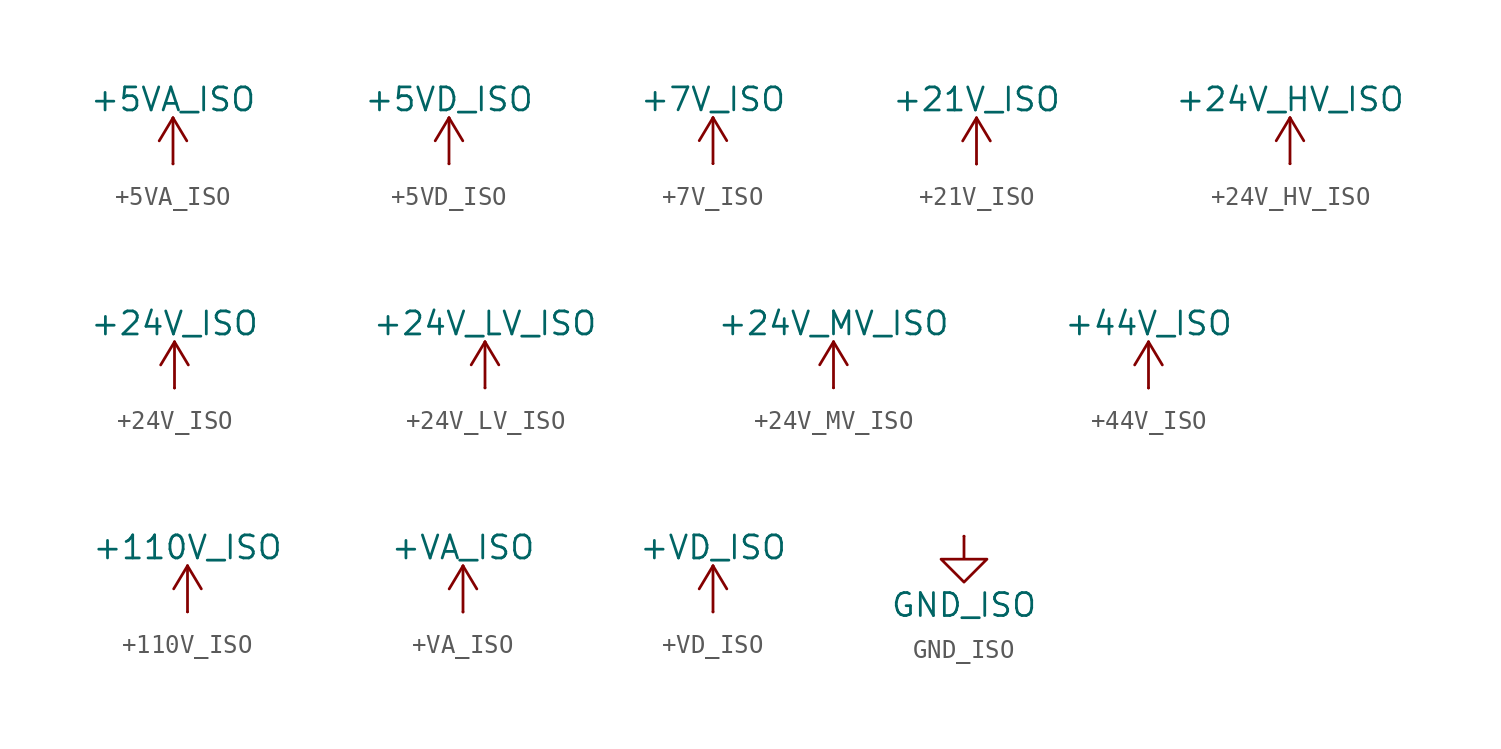
<source format=kicad_sym>
(kicad_symbol_lib
  (version 20241209)
  (generator "kicad_symbol_editor")
  (generator_version "9.0")
  (symbol "+5VA_ISO"
    (power)
    (pin_numbers
      (hide yes))
    (pin_names
      (offset 0)
      (hide yes))
    (property "Reference" "#PWR"
      (at 0 -3.81 0)
      (effects (font (size 1.27 1.27)) (hide yes)))
    (property "Value" "+5VA_ISO"
      (at 0 3.556 0)
      (effects (font (size 1.27 1.27))))
    (symbol "+5VA_ISO_0_1"
      (polyline (pts (xy -0.762 1.27) (xy 0 2.54)) (stroke (width 0) (type default)) (fill (type none)))
      (polyline (pts (xy 0 2.54) (xy 0.762 1.27)) (stroke (width 0) (type default)) (fill (type none)))
      (polyline (pts (xy 0 0) (xy 0 2.54)) (stroke (width 0) (type default)) (fill (type none))))
    (symbol "+5VA_ISO_1_1"
      (pin power_in line (at 0 0 90) (length 0) (name "~" (effects (font (size 1.27 1.27)))) (number "1" (effects (font (size 1.27 1.27)))))))
  (symbol "+5VD_ISO"
    (power)
    (pin_numbers
      (hide yes))
    (pin_names
      (offset 0)
      (hide yes))
    (property "Reference" "#PWR"
      (at 0 -3.81 0)
      (effects (font (size 1.27 1.27)) (hide yes)))
    (property "Value" "+5VD_ISO"
      (at 0 3.556 0)
      (effects (font (size 1.27 1.27))))
    (symbol "+5VD_ISO_0_1"
      (polyline (pts (xy -0.762 1.27) (xy 0 2.54)) (stroke (width 0) (type default)) (fill (type none)))
      (polyline (pts (xy 0 2.54) (xy 0.762 1.27)) (stroke (width 0) (type default)) (fill (type none)))
      (polyline (pts (xy 0 0) (xy 0 2.54)) (stroke (width 0) (type default)) (fill (type none))))
    (symbol "+5VD_ISO_1_1"
      (pin power_in line (at 0 0 90) (length 0) (name "~" (effects (font (size 1.27 1.27)))) (number "1" (effects (font (size 1.27 1.27)))))))
  (symbol "+7V_ISO"
    (power)
    (pin_numbers
      (hide yes))
    (pin_names
      (offset 0)
      (hide yes))
    (property "Reference" "#PWR"
      (at 0 -3.81 0)
      (effects (font (size 1.27 1.27)) (hide yes)))
    (property "Value" "+7V_ISO"
      (at 0 3.556 0)
      (effects (font (size 1.27 1.27))))
    (symbol "+7V_ISO_0_1"
      (polyline (pts (xy -0.762 1.27) (xy 0 2.54)) (stroke (width 0) (type default)) (fill (type none)))
      (polyline (pts (xy 0 2.54) (xy 0.762 1.27)) (stroke (width 0) (type default)) (fill (type none)))
      (polyline (pts (xy 0 0) (xy 0 2.54)) (stroke (width 0) (type default)) (fill (type none))))
    (symbol "+7V_ISO_1_1"
      (pin power_in line (at 0 0 90) (length 0) (name "~" (effects (font (size 1.27 1.27)))) (number "1" (effects (font (size 1.27 1.27)))))))
  (symbol "+21V_ISO"
    (power)
    (pin_numbers
      (hide yes))
    (pin_names
      (offset 0)
      (hide yes))
    (property "Reference" "#PWR"
      (at 0 -3.81 0)
      (effects (font (size 1.27 1.27)) (hide yes)))
    (property "Value" "+21V_ISO"
      (at 0 3.556 0)
      (effects (font (size 1.27 1.27))))
    (symbol "+21V_ISO_0_1"
      (polyline (pts (xy -0.762 1.27) (xy 0 2.54)) (stroke (width 0) (type default)) (fill (type none)))
      (polyline (pts (xy 0 2.54) (xy 0.762 1.27)) (stroke (width 0) (type default)) (fill (type none)))
      (polyline (pts (xy 0 0) (xy 0 2.54)) (stroke (width 0) (type default)) (fill (type none))))
    (symbol "+21V_ISO_1_1"
      (pin power_in line (at 0 0 90) (length 0) (name "~" (effects (font (size 1.27 1.27)))) (number "1" (effects (font (size 1.27 1.27)))))))
  (symbol "+24V_HV_ISO"
    (power)
    (pin_numbers
      (hide yes))
    (pin_names
      (offset 0)
      (hide yes))
    (property "Reference" "#PWR"
      (at 0 -3.81 0)
      (effects (font (size 1.27 1.27)) (hide yes)))
    (property "Value" "+24V_HV_ISO"
      (at 0 3.556 0)
      (effects (font (size 1.27 1.27))))
    (symbol "+24V_HV_ISO_0_1"
      (polyline (pts (xy -0.762 1.27) (xy 0 2.54)) (stroke (width 0) (type default)) (fill (type none)))
      (polyline (pts (xy 0 2.54) (xy 0.762 1.27)) (stroke (width 0) (type default)) (fill (type none)))
      (polyline (pts (xy 0 0) (xy 0 2.54)) (stroke (width 0) (type default)) (fill (type none))))
    (symbol "+24V_HV_ISO_1_1"
      (pin power_in line (at 0 0 90) (length 0) (name "~" (effects (font (size 1.27 1.27)))) (number "1" (effects (font (size 1.27 1.27)))))))
  (symbol "+24V_ISO"
    (power)
    (pin_numbers
      (hide yes))
    (pin_names
      (offset 0)
      (hide yes))
    (property "Reference" "#PWR"
      (at 0 -3.81 0)
      (effects (font (size 1.27 1.27)) (hide yes)))
    (property "Value" "+24V_ISO"
      (at 0 3.556 0)
      (effects (font (size 1.27 1.27))))
    (symbol "+24V_ISO_0_1"
      (polyline (pts (xy -0.762 1.27) (xy 0 2.54)) (stroke (width 0) (type default)) (fill (type none)))
      (polyline (pts (xy 0 2.54) (xy 0.762 1.27)) (stroke (width 0) (type default)) (fill (type none)))
      (polyline (pts (xy 0 0) (xy 0 2.54)) (stroke (width 0) (type default)) (fill (type none))))
    (symbol "+24V_ISO_1_1"
      (pin power_in line (at 0 0 90) (length 0) (name "~" (effects (font (size 1.27 1.27)))) (number "1" (effects (font (size 1.27 1.27)))))))
  (symbol "+24V_LV_ISO"
    (power)
    (pin_numbers
      (hide yes))
    (pin_names
      (offset 0)
      (hide yes))
    (property "Reference" "#PWR"
      (at 0 -3.81 0)
      (effects (font (size 1.27 1.27)) (hide yes)))
    (property "Value" "+24V_LV_ISO"
      (at 0 3.556 0)
      (effects (font (size 1.27 1.27))))
    (symbol "+24V_LV_ISO_0_1"
      (polyline (pts (xy -0.762 1.27) (xy 0 2.54)) (stroke (width 0) (type default)) (fill (type none)))
      (polyline (pts (xy 0 2.54) (xy 0.762 1.27)) (stroke (width 0) (type default)) (fill (type none)))
      (polyline (pts (xy 0 0) (xy 0 2.54)) (stroke (width 0) (type default)) (fill (type none))))
    (symbol "+24V_LV_ISO_1_1"
      (pin power_in line (at 0 0 90) (length 0) (name "~" (effects (font (size 1.27 1.27)))) (number "1" (effects (font (size 1.27 1.27)))))))
  (symbol "+24V_MV_ISO"
    (power)
    (pin_numbers
      (hide yes))
    (pin_names
      (offset 0)
      (hide yes))
    (property "Reference" "#PWR"
      (at 0 -3.81 0)
      (effects (font (size 1.27 1.27)) (hide yes)))
    (property "Value" "+24V_MV_ISO"
      (at 0 3.556 0)
      (effects (font (size 1.27 1.27))))
    (symbol "+24V_MV_ISO_0_1"
      (polyline (pts (xy -0.762 1.27) (xy 0 2.54)) (stroke (width 0) (type default)) (fill (type none)))
      (polyline (pts (xy 0 2.54) (xy 0.762 1.27)) (stroke (width 0) (type default)) (fill (type none)))
      (polyline (pts (xy 0 0) (xy 0 2.54)) (stroke (width 0) (type default)) (fill (type none))))
    (symbol "+24V_MV_ISO_1_1"
      (pin power_in line (at 0 0 90) (length 0) (name "~" (effects (font (size 1.27 1.27)))) (number "1" (effects (font (size 1.27 1.27)))))))
  (symbol "+44V_ISO"
    (power)
    (pin_numbers
      (hide yes))
    (pin_names
      (offset 0)
      (hide yes))
    (property "Reference" "#PWR"
      (at 0 -3.81 0)
      (effects (font (size 1.27 1.27)) (hide yes)))
    (property "Value" "+44V_ISO"
      (at 0 3.556 0)
      (effects (font (size 1.27 1.27))))
    (symbol "+44V_ISO_0_1"
      (polyline (pts (xy -0.762 1.27) (xy 0 2.54)) (stroke (width 0) (type default)) (fill (type none)))
      (polyline (pts (xy 0 2.54) (xy 0.762 1.27)) (stroke (width 0) (type default)) (fill (type none)))
      (polyline (pts (xy 0 0) (xy 0 2.54)) (stroke (width 0) (type default)) (fill (type none))))
    (symbol "+44V_ISO_1_1"
      (pin power_in line (at 0 0 90) (length 0) (name "~" (effects (font (size 1.27 1.27)))) (number "1" (effects (font (size 1.27 1.27)))))))
  (symbol "+110V_ISO"
    (power)
    (pin_numbers
      (hide yes))
    (pin_names
      (offset 0)
      (hide yes))
    (property "Reference" "#PWR"
      (at 0 -3.81 0)
      (effects (font (size 1.27 1.27)) (hide yes)))
    (property "Value" "+110V_ISO"
      (at 0 3.556 0)
      (effects (font (size 1.27 1.27))))
    (symbol "+110V_ISO_0_1"
      (polyline (pts (xy -0.762 1.27) (xy 0 2.54)) (stroke (width 0) (type default)) (fill (type none)))
      (polyline (pts (xy 0 2.54) (xy 0.762 1.27)) (stroke (width 0) (type default)) (fill (type none)))
      (polyline (pts (xy 0 0) (xy 0 2.54)) (stroke (width 0) (type default)) (fill (type none))))
    (symbol "+110V_ISO_1_1"
      (pin power_in line (at 0 0 90) (length 0) (name "~" (effects (font (size 1.27 1.27)))) (number "1" (effects (font (size 1.27 1.27)))))))
  (symbol "+VA_ISO"
    (power)
    (pin_numbers
      (hide yes))
    (pin_names
      (offset 0)
      (hide yes))
    (property "Reference" "#PWR"
      (at 0 -3.81 0)
      (effects (font (size 1.27 1.27)) (hide yes)))
    (property "Value" "+VA_ISO"
      (at 0 3.556 0)
      (effects (font (size 1.27 1.27))))
    (symbol "+VA_ISO_0_1"
      (polyline (pts (xy -0.762 1.27) (xy 0 2.54)) (stroke (width 0) (type default)) (fill (type none)))
      (polyline (pts (xy 0 2.54) (xy 0.762 1.27)) (stroke (width 0) (type default)) (fill (type none)))
      (polyline (pts (xy 0 0) (xy 0 2.54)) (stroke (width 0) (type default)) (fill (type none))))
    (symbol "+VA_ISO_1_1"
      (pin power_in line (at 0 0 90) (length 0) (name "~" (effects (font (size 1.27 1.27)))) (number "1" (effects (font (size 1.27 1.27)))))))
  (symbol "+VD_ISO"
    (power)
    (pin_numbers
      (hide yes))
    (pin_names
      (offset 0)
      (hide yes))
    (property "Reference" "#PWR"
      (at 0 -3.81 0)
      (effects (font (size 1.27 1.27)) (hide yes)))
    (property "Value" "+VD_ISO"
      (at 0 3.556 0)
      (effects (font (size 1.27 1.27))))
    (symbol "+VD_ISO_0_1"
      (polyline (pts (xy -0.762 1.27) (xy 0 2.54)) (stroke (width 0) (type default)) (fill (type none)))
      (polyline (pts (xy 0 2.54) (xy 0.762 1.27)) (stroke (width 0) (type default)) (fill (type none)))
      (polyline (pts (xy 0 0) (xy 0 2.54)) (stroke (width 0) (type default)) (fill (type none))))
    (symbol "+VD_ISO_1_1"
      (pin power_in line (at 0 0 90) (length 0) (name "~" (effects (font (size 1.27 1.27)))) (number "1" (effects (font (size 1.27 1.27)))))))
  (symbol "GND_ISO"
    (power)
    (pin_numbers
      (hide yes))
    (pin_names
      (offset 0)
      (hide yes))
    (property "Reference" "#PWR"
      (at 0 -6.35 0)
      (effects (font (size 1.27 1.27)) (hide yes)))
    (property "Value" "GND_ISO"
      (at 0 -3.81 0)
      (effects (font (size 1.27 1.27))))
    (symbol "GND_ISO_0_1"
      (polyline (pts (xy 0 0) (xy 0 -1.27) (xy 1.27 -1.27) (xy 0 -2.54) (xy -1.27 -1.27) (xy 0 -1.27)) (stroke (width 0) (type default)) (fill (type none))))
    (symbol "GND_ISO_1_1"
      (pin power_in line (at 0 0 270) (length 0) (name "~" (effects (font (size 1.27 1.27)))) (number "1" (effects (font (size 1.27 1.27))))))))
</source>
